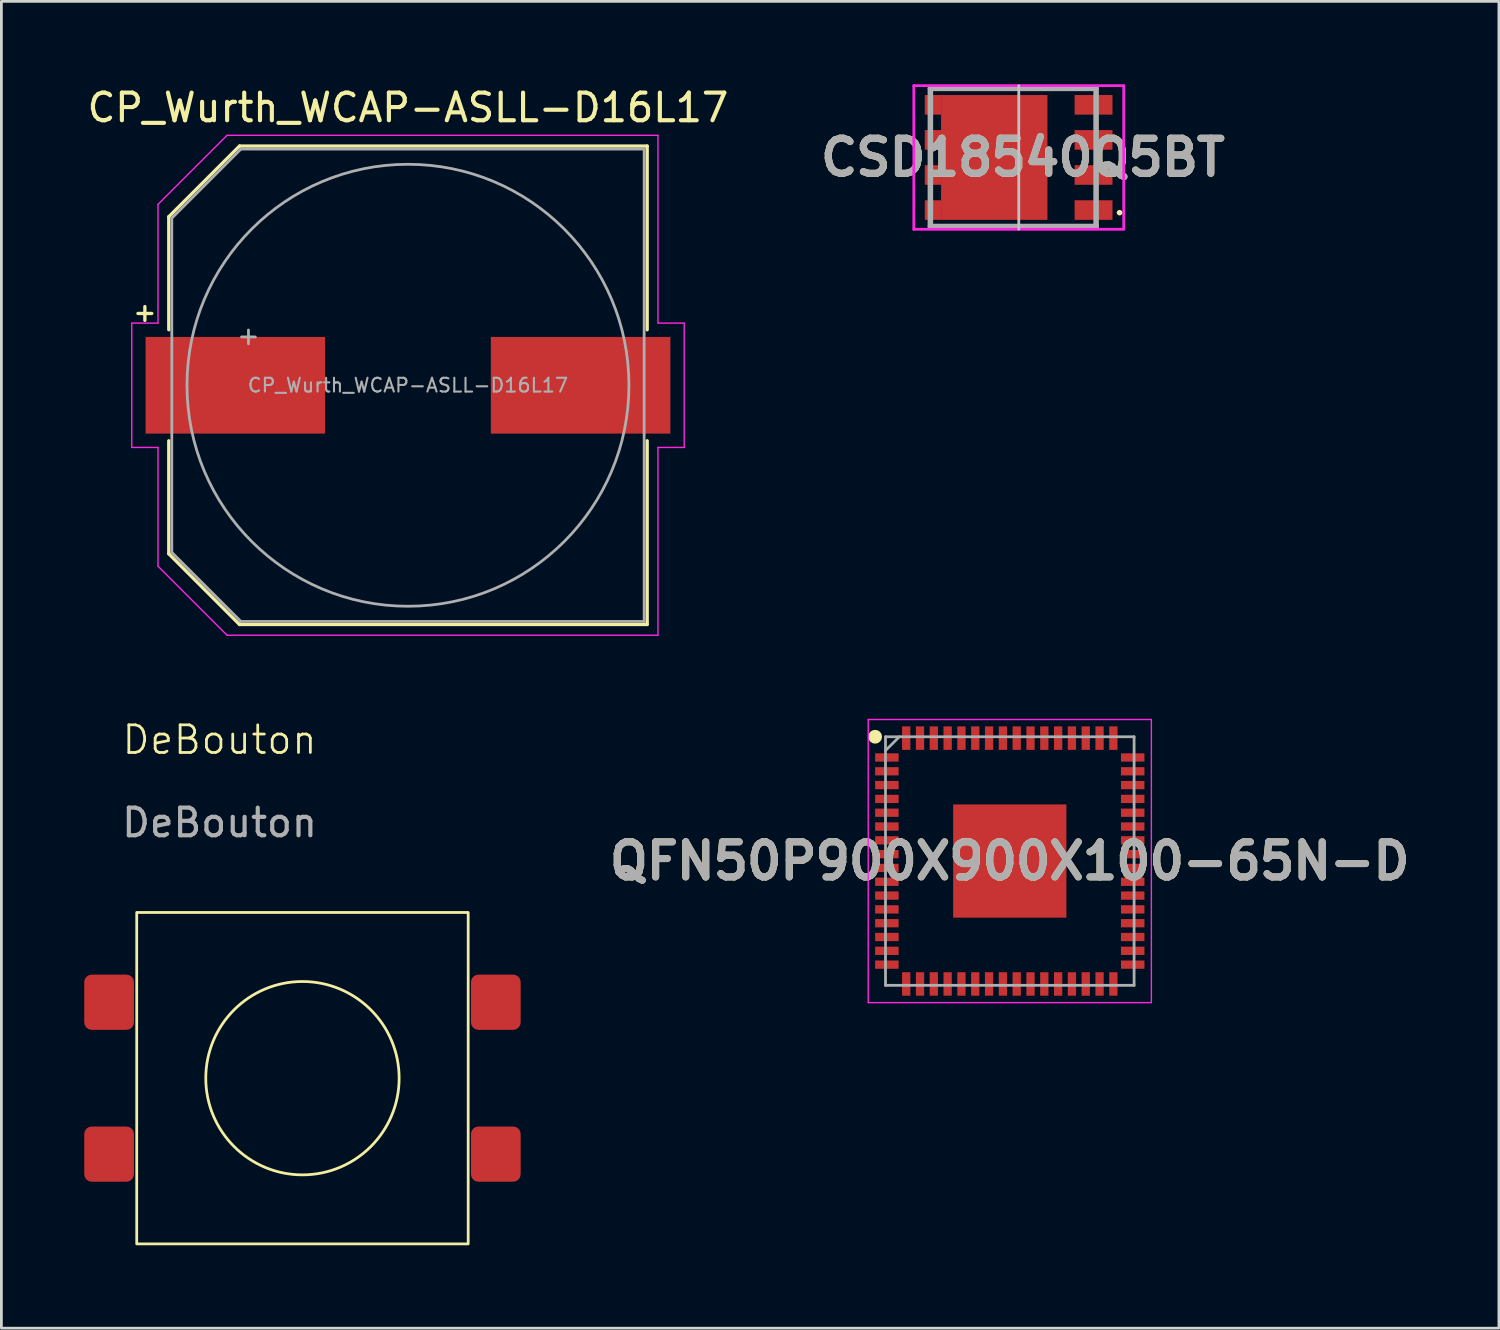
<source format=kicad_pcb>
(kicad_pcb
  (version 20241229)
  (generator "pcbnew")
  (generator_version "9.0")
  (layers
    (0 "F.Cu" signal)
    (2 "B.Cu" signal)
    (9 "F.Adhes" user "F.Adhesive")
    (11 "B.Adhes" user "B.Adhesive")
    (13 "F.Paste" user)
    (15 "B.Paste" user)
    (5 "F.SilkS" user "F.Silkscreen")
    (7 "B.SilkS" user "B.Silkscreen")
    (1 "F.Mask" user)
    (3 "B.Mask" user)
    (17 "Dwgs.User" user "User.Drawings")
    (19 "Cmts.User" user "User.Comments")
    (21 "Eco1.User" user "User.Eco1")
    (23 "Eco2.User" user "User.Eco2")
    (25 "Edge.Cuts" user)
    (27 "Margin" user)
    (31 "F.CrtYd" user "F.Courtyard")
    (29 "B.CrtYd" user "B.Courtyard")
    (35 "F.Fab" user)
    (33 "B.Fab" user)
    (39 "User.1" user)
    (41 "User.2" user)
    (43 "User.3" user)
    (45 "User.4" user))
  (footprint "DeBouton"
    (layer "F.Cu")
    (at 4.9 24.234)
    (property "Reference" "DeBouton" (at 0 -0.5 0) (unlocked yes) (layer "F.SilkS") (effects (font (size 1 1) (thickness 0.1))))
    (attr smd)
    (fp_rect (start -3 5.75) (end 9 17.75) (stroke (width 0.1) (type default)) (fill no) (layer "F.SilkS"))
    (fp_circle (center 3 11.75) (end 6.5 11.75) (stroke (width 0.1) (type solid)) (fill no) (layer "F.SilkS"))
    (fp_text user "${REFERENCE}" (at 0 2.5 0) (unlocked yes) (layer "F.Fab") (effects (font (size 1 1) (thickness 0.15))))
    (pad "1" smd roundrect (at -4 9) (size 1.8 2) (layers "F.Cu" "F.Mask" "F.Paste") (roundrect_rratio 0.15))
    (pad "2" smd roundrect (at 10 9) (size 1.8 2) (layers "F.Cu" "F.Mask" "F.Paste") (roundrect_rratio 0.15))
    (pad "3" smd roundrect (at -4 14.5) (size 1.8 2) (layers "F.Cu" "F.Mask" "F.Paste") (roundrect_rratio 0.15))
    (pad "4" smd roundrect (at 10 14.5) (size 1.8 2) (layers "F.Cu" "F.Mask" "F.Paste") (roundrect_rratio 0.15)))
  (footprint "CSD18540Q5BT"
    (layer "F.Cu")
    (at 33.633 2.65)
    (property "Reference" "CSD18540Q5BT" (at 0.349 0 0) (layer "F.SilkS") (effects (font (size 1.27 1.27) (thickness 0.254))))
    (attr smd)
    (fp_line (start 3.8 2) (end 3.8 2) (stroke (width 0.1) (type solid)) (layer "F.SilkS"))
    (fp_line (start 3.9 2) (end 3.9 2) (stroke (width 0.1) (type solid)) (layer "F.SilkS"))
    (fp_arc (start 3.8 2) (mid 3.85 1.95) (end 3.9 2) (stroke (width 0.1) (type solid)) (layer "F.SilkS"))
    (fp_arc (start 3.9 2) (mid 3.85 2.05) (end 3.8 2) (stroke (width 0.1) (type solid)) (layer "F.SilkS"))
    (fp_line (start 0.2 -2.6) (end 0.2 2.6) (stroke (width 0.1) (type default)) (layer "Dwgs.User"))
    (fp_line (start -3.6 -2.6) (end -3.6 2.6) (stroke (width 0.1) (type solid)) (layer "F.CrtYd"))
    (fp_line (start -3.6 2.6) (end 4 2.6) (stroke (width 0.1) (type solid)) (layer "F.CrtYd"))
    (fp_line (start 4 -2.6) (end -3.6 -2.6) (stroke (width 0.1) (type solid)) (layer "F.CrtYd"))
    (fp_line (start 4 2.6) (end 4 -2.6) (stroke (width 0.1) (type solid)) (layer "F.CrtYd"))
    (fp_line (start -3 -2.5) (end -3 2.5) (stroke (width 0.2) (type solid)) (layer "F.Fab"))
    (fp_line (start -3 2.5) (end 3 2.5) (stroke (width 0.2) (type solid)) (layer "F.Fab"))
    (fp_line (start 3 -2.5) (end -3 -2.5) (stroke (width 0.2) (type solid)) (layer "F.Fab"))
    (fp_line (start 3 2.5) (end 3 -2.5) (stroke (width 0.2) (type solid)) (layer "F.Fab"))
    (fp_text user "${REFERENCE}" (at 0.349 0 0) (layer "F.Fab") (effects (font (size 1.27 1.27) (thickness 0.254))))
    (pad "1" smd rect (at 2.907 1.905 90) (size 0.71 1.372) (layers "F.Cu" "F.Mask" "F.Paste"))
    (pad "2" smd rect (at 2.907 0.635 90) (size 0.71 1.372) (layers "F.Cu" "F.Mask" "F.Paste"))
    (pad "3" smd rect (at 2.907 -0.635 90) (size 0.71 1.372) (layers "F.Cu" "F.Mask" "F.Paste"))
    (pad "4" smd rect (at 2.907 -1.905 90) (size 0.71 1.372) (layers "F.Cu" "F.Mask" "F.Paste"))
    (pad "5" smd rect (at -2.907 -1.905) (size 0.59 0.71) (layers "F.Cu" "F.Mask" "F.Paste"))
    (pad "5" smd rect (at -2.907 -0.635) (size 0.59 0.71) (layers "F.Cu" "F.Mask" "F.Paste"))
    (pad "5" smd rect (at -2.907 0.635) (size 0.59 0.71) (layers "F.Cu" "F.Mask" "F.Paste"))
    (pad "5" smd rect (at -2.907 1.905) (size 0.59 0.71) (layers "F.Cu" "F.Mask" "F.Paste"))
    (pad "5" smd rect (at -0.687 0) (size 3.85 4.52) (layers "F.Cu" "F.Mask" "F.Paste")))
  (footprint "QFN50P900X900X100-65N-D"
    (layer "F.Cu")
    (at 33.508 28.123)
    (property "Reference" "QFN50P900X900X100-65N-D" (at 0 0 0) (layer "F.SilkS") (effects (font (size 1.27 1.27) (thickness 0.254))))
    (attr smd)
    (fp_circle (center -4.875 -4.5) (end -4.875 -4.375) (stroke (width 0.25) (type solid)) (fill no) (layer "F.SilkS"))
    (fp_line (start -5.125 -5.125) (end 5.125 -5.125) (stroke (width 0.05) (type solid)) (layer "F.CrtYd"))
    (fp_line (start -5.125 5.125) (end -5.125 -5.125) (stroke (width 0.05) (type solid)) (layer "F.CrtYd"))
    (fp_line (start 5.125 -5.125) (end 5.125 5.125) (stroke (width 0.05) (type solid)) (layer "F.CrtYd"))
    (fp_line (start 5.125 5.125) (end -5.125 5.125) (stroke (width 0.05) (type solid)) (layer "F.CrtYd"))
    (fp_line (start -4.5 -4.5) (end 4.5 -4.5) (stroke (width 0.1) (type solid)) (layer "F.Fab"))
    (fp_line (start -4.5 -4) (end -4 -4.5) (stroke (width 0.1) (type solid)) (layer "F.Fab"))
    (fp_line (start -4.5 4.5) (end -4.5 -4.5) (stroke (width 0.1) (type solid)) (layer "F.Fab"))
    (fp_line (start 4.5 -4.5) (end 4.5 4.5) (stroke (width 0.1) (type solid)) (layer "F.Fab"))
    (fp_line (start 4.5 4.5) (end -4.5 4.5) (stroke (width 0.1) (type solid)) (layer "F.Fab"))
    (fp_text user "${REFERENCE}" (at 0 0 0) (layer "F.Fab") (effects (font (size 1.27 1.27) (thickness 0.254))))
    (pad "1" smd rect (at -4.45 -3.75 90) (size 0.3 0.85) (layers "F.Cu" "F.Mask" "F.Paste"))
    (pad "2" smd rect (at -4.45 -3.25 90) (size 0.3 0.85) (layers "F.Cu" "F.Mask" "F.Paste"))
    (pad "3" smd rect (at -4.45 -2.75 90) (size 0.3 0.85) (layers "F.Cu" "F.Mask" "F.Paste"))
    (pad "4" smd rect (at -4.45 -2.25 90) (size 0.3 0.85) (layers "F.Cu" "F.Mask" "F.Paste"))
    (pad "5" smd rect (at -4.45 -1.75 90) (size 0.3 0.85) (layers "F.Cu" "F.Mask" "F.Paste"))
    (pad "6" smd rect (at -4.45 -1.25 90) (size 0.3 0.85) (layers "F.Cu" "F.Mask" "F.Paste"))
    (pad "7" smd rect (at -4.45 -0.75 90) (size 0.3 0.85) (layers "F.Cu" "F.Mask" "F.Paste"))
    (pad "8" smd rect (at -4.45 -0.25 90) (size 0.3 0.85) (layers "F.Cu" "F.Mask" "F.Paste"))
    (pad "9" smd rect (at -4.45 0.25 90) (size 0.3 0.85) (layers "F.Cu" "F.Mask" "F.Paste"))
    (pad "10" smd rect (at -4.45 0.75 90) (size 0.3 0.85) (layers "F.Cu" "F.Mask" "F.Paste"))
    (pad "11" smd rect (at -4.45 1.25 90) (size 0.3 0.85) (layers "F.Cu" "F.Mask" "F.Paste"))
    (pad "12" smd rect (at -4.45 1.75 90) (size 0.3 0.85) (layers "F.Cu" "F.Mask" "F.Paste"))
    (pad "13" smd rect (at -4.45 2.25 90) (size 0.3 0.85) (layers "F.Cu" "F.Mask" "F.Paste"))
    (pad "14" smd rect (at -4.45 2.75 90) (size 0.3 0.85) (layers "F.Cu" "F.Mask" "F.Paste"))
    (pad "15" smd rect (at -4.45 3.25 90) (size 0.3 0.85) (layers "F.Cu" "F.Mask" "F.Paste"))
    (pad "16" smd rect (at -4.45 3.75 90) (size 0.3 0.85) (layers "F.Cu" "F.Mask" "F.Paste"))
    (pad "17" smd rect (at -3.75 4.45) (size 0.3 0.85) (layers "F.Cu" "F.Mask" "F.Paste"))
    (pad "18" smd rect (at -3.25 4.45) (size 0.3 0.85) (layers "F.Cu" "F.Mask" "F.Paste"))
    (pad "19" smd rect (at -2.75 4.45) (size 0.3 0.85) (layers "F.Cu" "F.Mask" "F.Paste"))
    (pad "20" smd rect (at -2.25 4.45) (size 0.3 0.85) (layers "F.Cu" "F.Mask" "F.Paste"))
    (pad "21" smd rect (at -1.75 4.45) (size 0.3 0.85) (layers "F.Cu" "F.Mask" "F.Paste"))
    (pad "22" smd rect (at -1.25 4.45) (size 0.3 0.85) (layers "F.Cu" "F.Mask" "F.Paste"))
    (pad "23" smd rect (at -0.75 4.45) (size 0.3 0.85) (layers "F.Cu" "F.Mask" "F.Paste"))
    (pad "24" smd rect (at -0.25 4.45) (size 0.3 0.85) (layers "F.Cu" "F.Mask" "F.Paste"))
    (pad "25" smd rect (at 0.25 4.45) (size 0.3 0.85) (layers "F.Cu" "F.Mask" "F.Paste"))
    (pad "26" smd rect (at 0.75 4.45) (size 0.3 0.85) (layers "F.Cu" "F.Mask" "F.Paste"))
    (pad "27" smd rect (at 1.25 4.45) (size 0.3 0.85) (layers "F.Cu" "F.Mask" "F.Paste"))
    (pad "28" smd rect (at 1.75 4.45) (size 0.3 0.85) (layers "F.Cu" "F.Mask" "F.Paste"))
    (pad "29" smd rect (at 2.25 4.45) (size 0.3 0.85) (layers "F.Cu" "F.Mask" "F.Paste"))
    (pad "30" smd rect (at 2.75 4.45) (size 0.3 0.85) (layers "F.Cu" "F.Mask" "F.Paste"))
    (pad "31" smd rect (at 3.25 4.45) (size 0.3 0.85) (layers "F.Cu" "F.Mask" "F.Paste"))
    (pad "32" smd rect (at 3.75 4.45) (size 0.3 0.85) (layers "F.Cu" "F.Mask" "F.Paste"))
    (pad "33" smd rect (at 4.45 3.75 90) (size 0.3 0.85) (layers "F.Cu" "F.Mask" "F.Paste"))
    (pad "34" smd rect (at 4.45 3.25 90) (size 0.3 0.85) (layers "F.Cu" "F.Mask" "F.Paste"))
    (pad "35" smd rect (at 4.45 2.75 90) (size 0.3 0.85) (layers "F.Cu" "F.Mask" "F.Paste"))
    (pad "36" smd rect (at 4.45 2.25 90) (size 0.3 0.85) (layers "F.Cu" "F.Mask" "F.Paste"))
    (pad "37" smd rect (at 4.45 1.75 90) (size 0.3 0.85) (layers "F.Cu" "F.Mask" "F.Paste"))
    (pad "38" smd rect (at 4.45 1.25 90) (size 0.3 0.85) (layers "F.Cu" "F.Mask" "F.Paste"))
    (pad "39" smd rect (at 4.45 0.75 90) (size 0.3 0.85) (layers "F.Cu" "F.Mask" "F.Paste"))
    (pad "40" smd rect (at 4.45 0.25 90) (size 0.3 0.85) (layers "F.Cu" "F.Mask" "F.Paste"))
    (pad "41" smd rect (at 4.45 -0.25 90) (size 0.3 0.85) (layers "F.Cu" "F.Mask" "F.Paste"))
    (pad "42" smd rect (at 4.45 -0.75 90) (size 0.3 0.85) (layers "F.Cu" "F.Mask" "F.Paste"))
    (pad "43" smd rect (at 4.45 -1.25 90) (size 0.3 0.85) (layers "F.Cu" "F.Mask" "F.Paste"))
    (pad "44" smd rect (at 4.45 -1.75 90) (size 0.3 0.85) (layers "F.Cu" "F.Mask" "F.Paste"))
    (pad "45" smd rect (at 4.45 -2.25 90) (size 0.3 0.85) (layers "F.Cu" "F.Mask" "F.Paste"))
    (pad "46" smd rect (at 4.45 -2.75 90) (size 0.3 0.85) (layers "F.Cu" "F.Mask" "F.Paste"))
    (pad "47" smd rect (at 4.45 -3.25 90) (size 0.3 0.85) (layers "F.Cu" "F.Mask" "F.Paste"))
    (pad "48" smd rect (at 4.45 -3.75 90) (size 0.3 0.85) (layers "F.Cu" "F.Mask" "F.Paste"))
    (pad "49" smd rect (at 3.75 -4.45) (size 0.3 0.85) (layers "F.Cu" "F.Mask" "F.Paste"))
    (pad "50" smd rect (at 3.25 -4.45) (size 0.3 0.85) (layers "F.Cu" "F.Mask" "F.Paste"))
    (pad "51" smd rect (at 2.75 -4.45) (size 0.3 0.85) (layers "F.Cu" "F.Mask" "F.Paste"))
    (pad "52" smd rect (at 2.25 -4.45) (size 0.3 0.85) (layers "F.Cu" "F.Mask" "F.Paste"))
    (pad "53" smd rect (at 1.75 -4.45) (size 0.3 0.85) (layers "F.Cu" "F.Mask" "F.Paste"))
    (pad "54" smd rect (at 1.25 -4.45) (size 0.3 0.85) (layers "F.Cu" "F.Mask" "F.Paste"))
    (pad "55" smd rect (at 0.75 -4.45) (size 0.3 0.85) (layers "F.Cu" "F.Mask" "F.Paste"))
    (pad "56" smd rect (at 0.25 -4.45) (size 0.3 0.85) (layers "F.Cu" "F.Mask" "F.Paste"))
    (pad "57" smd rect (at -0.25 -4.45) (size 0.3 0.85) (layers "F.Cu" "F.Mask" "F.Paste"))
    (pad "58" smd rect (at -0.75 -4.45) (size 0.3 0.85) (layers "F.Cu" "F.Mask" "F.Paste"))
    (pad "59" smd rect (at -1.25 -4.45) (size 0.3 0.85) (layers "F.Cu" "F.Mask" "F.Paste"))
    (pad "60" smd rect (at -1.75 -4.45) (size 0.3 0.85) (layers "F.Cu" "F.Mask" "F.Paste"))
    (pad "61" smd rect (at -2.25 -4.45) (size 0.3 0.85) (layers "F.Cu" "F.Mask" "F.Paste"))
    (pad "62" smd rect (at -2.75 -4.45) (size 0.3 0.85) (layers "F.Cu" "F.Mask" "F.Paste"))
    (pad "63" smd rect (at -3.25 -4.45) (size 0.3 0.85) (layers "F.Cu" "F.Mask" "F.Paste"))
    (pad "64" smd rect (at -3.75 -4.45) (size 0.3 0.85) (layers "F.Cu" "F.Mask" "F.Paste"))
    (pad "65" smd rect (at 0 0) (size 4.1 4.1) (layers "F.Cu" "F.Mask" "F.Paste")))
  (footprint "CP_Wurth_WCAP-ASLL-D16L17"
    (layer "F.Cu")
    (at 11.72 10.898)
    (property "Reference" "CP_Wurth_WCAP-ASLL-D16L17" (at 0 -10.05 0) (unlocked yes) (layer "F.SilkS") (effects (font (size 1 1) (thickness 0.15))))
    (attr smd)
    (fp_line (start -9.525 -2.35) (end -9.525 -2.85) (stroke (width 0.12) (type solid)) (layer "F.SilkS"))
    (fp_line (start -9.275 -2.6) (end -9.775 -2.6) (stroke (width 0.12) (type solid)) (layer "F.SilkS"))
    (fp_line (start -8.66 -6.1) (end -8.66 -2.01) (stroke (width 0.12) (type default)) (layer "F.SilkS"))
    (fp_line (start -8.66 -6.1) (end -6.1 -8.66) (stroke (width 0.12) (type default)) (layer "F.SilkS"))
    (fp_line (start -8.66 6.1) (end -8.66 2.01) (stroke (width 0.12) (type default)) (layer "F.SilkS"))
    (fp_line (start -8.66 6.1) (end -6.1 8.66) (stroke (width 0.12) (type default)) (layer "F.SilkS"))
    (fp_line (start -6.1 -8.66) (end 8.66 -8.66) (stroke (width 0.12) (type solid)) (layer "F.SilkS"))
    (fp_line (start -6.1 8.66) (end 8.66 8.66) (stroke (width 0.12) (type solid)) (layer "F.SilkS"))
    (fp_line (start 8.66 -8.66) (end 8.66 -2.01) (stroke (width 0.12) (type default)) (layer "F.SilkS"))
    (fp_line (start 8.66 2.01) (end 8.66 8.66) (stroke (width 0.12) (type default)) (layer "F.SilkS"))
    (fp_line (start -10 -2.25) (end -10 2.25) (stroke (width 0.05) (type default)) (layer "F.CrtYd"))
    (fp_line (start -10 -2.25) (end -9.05 -2.25) (stroke (width 0.05) (type default)) (layer "F.CrtYd"))
    (fp_line (start -10 2.25) (end -9.05 2.25) (stroke (width 0.05) (type default)) (layer "F.CrtYd"))
    (fp_line (start -9.05 -6.55) (end -9.05 -2.25) (stroke (width 0.05) (type default)) (layer "F.CrtYd"))
    (fp_line (start -9.05 -6.55) (end -6.55 -9.05) (stroke (width 0.05) (type default)) (layer "F.CrtYd"))
    (fp_line (start -9.05 2.25) (end -9.05 6.55) (stroke (width 0.05) (type default)) (layer "F.CrtYd"))
    (fp_line (start -9.05 6.55) (end -6.55 9.05) (stroke (width 0.05) (type default)) (layer "F.CrtYd"))
    (fp_line (start -6.55 -9.05) (end 9.05 -9.05) (stroke (width 0.05) (type default)) (layer "F.CrtYd"))
    (fp_line (start -6.55 9.05) (end 9.05 9.05) (stroke (width 0.05) (type default)) (layer "F.CrtYd"))
    (fp_line (start 9.05 -9.05) (end 9.05 -2.25) (stroke (width 0.05) (type default)) (layer "F.CrtYd"))
    (fp_line (start 9.05 -2.25) (end 10 -2.25) (stroke (width 0.05) (type default)) (layer "F.CrtYd"))
    (fp_line (start 9.05 2.25) (end 9.05 9.05) (stroke (width 0.05) (type default)) (layer "F.CrtYd"))
    (fp_line (start 9.05 2.25) (end 10 2.25) (stroke (width 0.05) (type default)) (layer "F.CrtYd"))
    (fp_line (start 10 -2.25) (end 10 2.25) (stroke (width 0.05) (type default)) (layer "F.CrtYd"))
    (fp_line (start -8.55 -6.05) (end -6.05 -8.55) (stroke (width 0.1) (type default)) (layer "F.Fab"))
    (fp_line (start -8.55 6.05) (end -8.55 -6.05) (stroke (width 0.1) (type default)) (layer "F.Fab"))
    (fp_line (start -6.05 -8.55) (end 8.55 -8.55) (stroke (width 0.1) (type default)) (layer "F.Fab"))
    (fp_line (start -6.05 8.55) (end -8.55 6.05) (stroke (width 0.1) (type default)) (layer "F.Fab"))
    (fp_line (start -5.775 -1.5) (end -5.775 -2) (stroke (width 0.1) (type default)) (layer "F.Fab"))
    (fp_line (start -5.525 -1.75) (end -6.025 -1.75) (stroke (width 0.1) (type default)) (layer "F.Fab"))
    (fp_line (start 8.55 -8.55) (end 8.55 8.55) (stroke (width 0.1) (type default)) (layer "F.Fab"))
    (fp_line (start 8.55 8.55) (end -6.05 8.55) (stroke (width 0.1) (type default)) (layer "F.Fab"))
    (fp_circle (center 0 0) (end 8 0) (stroke (width 0.1) (type default)) (fill no) (layer "F.Fab"))
    (fp_text user "${REFERENCE}" (at 0 0 0) (unlocked yes) (layer "F.Fab") (effects (font (size 0.5 0.5) (thickness 0.075))))
    (pad "1" smd rect (at -6.25 0) (size 6.5 3.5) (layers "F.Cu" "F.Mask" "F.Paste"))
    (pad "2" smd rect (at 6.25 0) (size 6.5 3.5) (layers "F.Cu" "F.Mask" "F.Paste")))
  (gr_rect
    (start -3 -3)
    (end 51.216 45.034)
    (stroke (width 0.1) (type default))
    (fill no)
    (layer "Edge.Cuts")))
</source>
